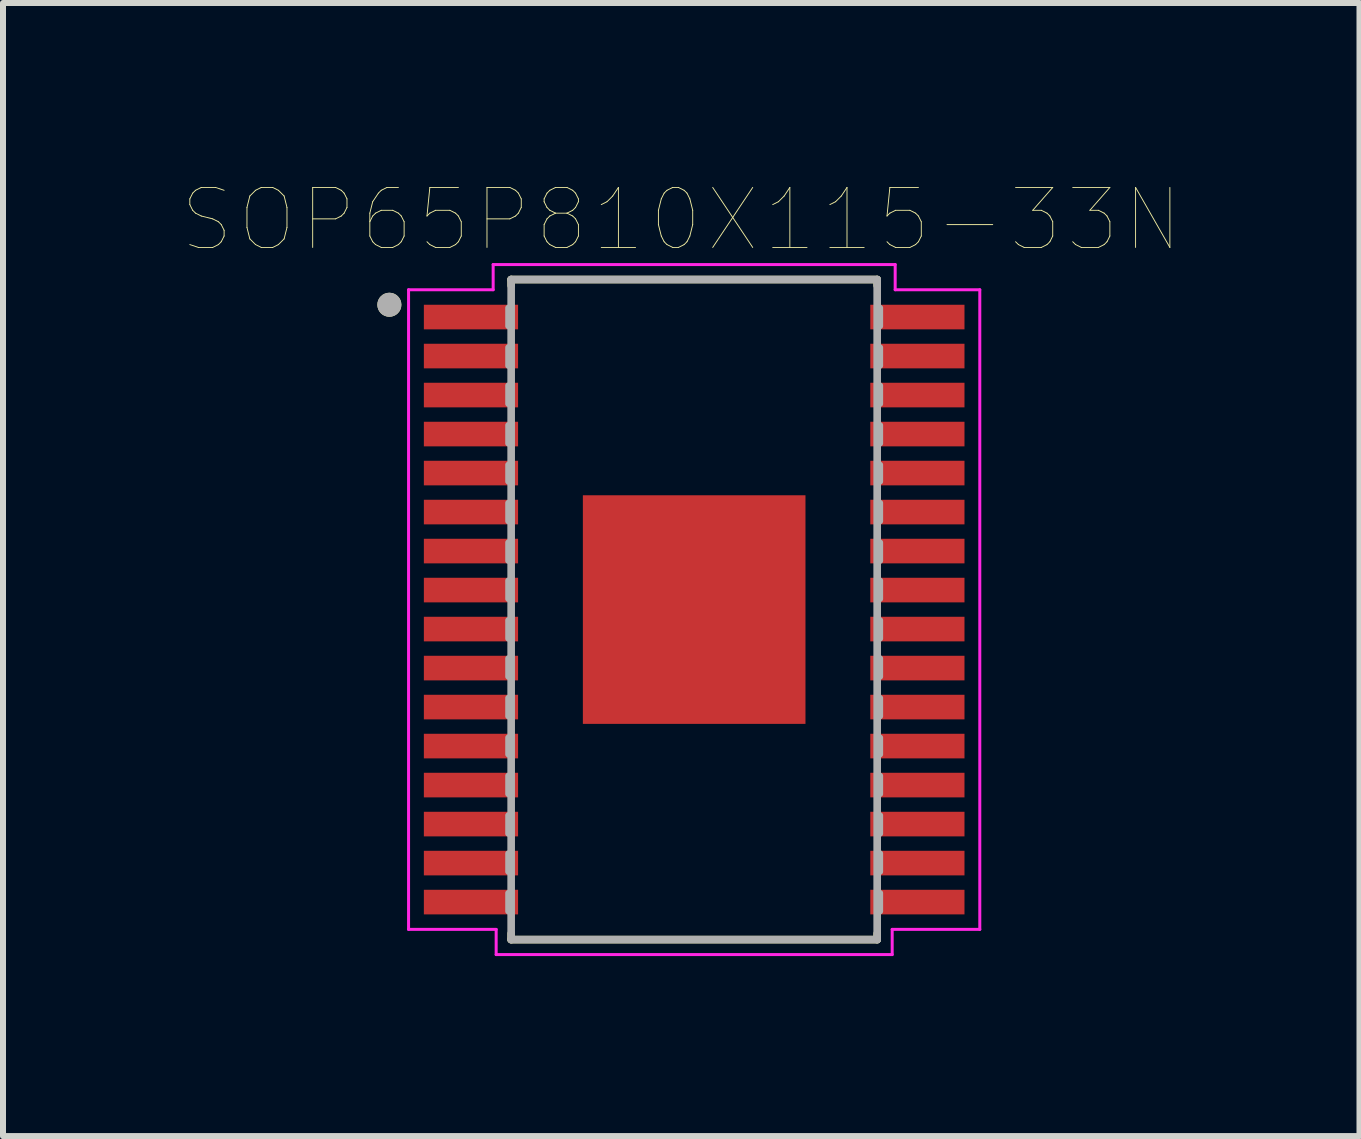
<source format=kicad_pcb>
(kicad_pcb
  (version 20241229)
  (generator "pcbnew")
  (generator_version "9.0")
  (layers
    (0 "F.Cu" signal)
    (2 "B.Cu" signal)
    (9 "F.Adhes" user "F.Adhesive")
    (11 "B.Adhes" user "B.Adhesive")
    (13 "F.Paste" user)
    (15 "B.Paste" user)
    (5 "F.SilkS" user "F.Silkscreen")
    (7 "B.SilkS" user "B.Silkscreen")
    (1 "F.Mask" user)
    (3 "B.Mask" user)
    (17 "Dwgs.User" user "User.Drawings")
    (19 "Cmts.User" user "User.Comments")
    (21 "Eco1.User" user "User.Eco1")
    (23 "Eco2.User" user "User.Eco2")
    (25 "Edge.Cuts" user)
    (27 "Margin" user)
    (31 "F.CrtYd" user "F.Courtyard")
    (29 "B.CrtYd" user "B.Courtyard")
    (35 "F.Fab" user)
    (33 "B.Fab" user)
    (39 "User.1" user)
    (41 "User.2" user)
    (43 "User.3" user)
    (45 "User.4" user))
  (footprint "SOP65P810X115-33N"
    (layer "F.Cu")
    (at 8.519 7.109)
    (property "Reference" "SOP65P810X115-33N" (at -0.215 -6.497 0) (layer "F.SilkS") (effects (font (size 1 1) (thickness 0.015))))
    (attr through_hole)
    (fp_line (start -3.05 -5.5) (end -3.05 -5.4) (stroke (width 0.127) (type solid)) (layer "F.SilkS"))
    (fp_line (start -3.05 5.4) (end -3.05 5.5) (stroke (width 0.127) (type solid)) (layer "F.SilkS"))
    (fp_line (start -3.05 5.5) (end 3.05 5.5) (stroke (width 0.127) (type solid)) (layer "F.SilkS"))
    (fp_line (start 3.05 -5.5) (end -3.05 -5.5) (stroke (width 0.127) (type solid)) (layer "F.SilkS"))
    (fp_line (start 3.05 -5.4) (end 3.05 -5.5) (stroke (width 0.127) (type solid)) (layer "F.SilkS"))
    (fp_line (start 3.05 5.5) (end 3.05 5.4) (stroke (width 0.127) (type solid)) (layer "F.SilkS"))
    (fp_circle (center -5.08 -5.08) (end -4.98 -5.08) (stroke (width 0.2) (type solid)) (fill no) (layer "F.SilkS"))
    (fp_poly (pts (xy -1.485 -1.535) (xy -0.185 -1.535) (xy -0.185 -0.185) (xy -1.485 -0.185)) (stroke (width 0.01) (type solid)) (fill yes) (layer "F.Paste"))
    (fp_poly (pts (xy -1.485 0.185) (xy -0.185 0.185) (xy -0.185 1.535) (xy -1.485 1.535)) (stroke (width 0.01) (type solid)) (fill yes) (layer "F.Paste"))
    (fp_poly (pts (xy 0.185 -1.535) (xy 1.485 -1.535) (xy 1.485 -0.185) (xy 0.185 -0.185)) (stroke (width 0.01) (type solid)) (fill yes) (layer "F.Paste"))
    (fp_poly (pts (xy 0.185 0.185) (xy 1.485 0.185) (xy 1.485 1.535) (xy 0.185 1.535)) (stroke (width 0.01) (type solid)) (fill yes) (layer "F.Paste"))
    (fp_line (start -4.76 -5.33) (end -3.35 -5.33) (stroke (width 0.05) (type solid)) (layer "F.CrtYd"))
    (fp_line (start -4.76 5.33) (end -4.76 -5.33) (stroke (width 0.05) (type solid)) (layer "F.CrtYd"))
    (fp_line (start -3.35 -5.75) (end 3.35 -5.75) (stroke (width 0.05) (type solid)) (layer "F.CrtYd"))
    (fp_line (start -3.35 -5.33) (end -3.35 -5.75) (stroke (width 0.05) (type solid)) (layer "F.CrtYd"))
    (fp_line (start -3.3 5.33) (end -4.76 5.33) (stroke (width 0.05) (type solid)) (layer "F.CrtYd"))
    (fp_line (start -3.3 5.75) (end -3.3 5.33) (stroke (width 0.05) (type solid)) (layer "F.CrtYd"))
    (fp_line (start 3.3 5.33) (end 3.3 5.75) (stroke (width 0.05) (type solid)) (layer "F.CrtYd"))
    (fp_line (start 3.3 5.75) (end -3.3 5.75) (stroke (width 0.05) (type solid)) (layer "F.CrtYd"))
    (fp_line (start 3.35 -5.75) (end 3.35 -5.33) (stroke (width 0.05) (type solid)) (layer "F.CrtYd"))
    (fp_line (start 3.35 -5.33) (end 4.76 -5.33) (stroke (width 0.05) (type solid)) (layer "F.CrtYd"))
    (fp_line (start 4.76 -5.33) (end 4.76 5.33) (stroke (width 0.05) (type solid)) (layer "F.CrtYd"))
    (fp_line (start 4.76 5.33) (end 3.3 5.33) (stroke (width 0.05) (type solid)) (layer "F.CrtYd"))
    (fp_line (start -3.099 -4.724) (end -3.099 -5.029) (stroke (width 0.1) (type solid)) (layer "F.Fab"))
    (fp_line (start -3.099 -4.064) (end -3.099 -4.369) (stroke (width 0.1) (type solid)) (layer "F.Fab"))
    (fp_line (start -3.099 -3.429) (end -3.099 -3.734) (stroke (width 0.1) (type solid)) (layer "F.Fab"))
    (fp_line (start -3.099 -2.769) (end -3.099 -3.073) (stroke (width 0.1) (type solid)) (layer "F.Fab"))
    (fp_line (start -3.099 -2.134) (end -3.099 -2.413) (stroke (width 0.1) (type solid)) (layer "F.Fab"))
    (fp_line (start -3.099 -1.473) (end -3.099 -1.778) (stroke (width 0.1) (type solid)) (layer "F.Fab"))
    (fp_line (start -3.099 -0.813) (end -3.099 -1.118) (stroke (width 0.1) (type solid)) (layer "F.Fab"))
    (fp_line (start -3.099 -0.178) (end -3.099 -0.483) (stroke (width 0.1) (type solid)) (layer "F.Fab"))
    (fp_line (start -3.099 0.483) (end -3.099 0.178) (stroke (width 0.1) (type solid)) (layer "F.Fab"))
    (fp_line (start -3.099 1.118) (end -3.099 0.813) (stroke (width 0.1) (type solid)) (layer "F.Fab"))
    (fp_line (start -3.099 1.778) (end -3.099 1.473) (stroke (width 0.1) (type solid)) (layer "F.Fab"))
    (fp_line (start -3.099 2.413) (end -3.099 2.134) (stroke (width 0.1) (type solid)) (layer "F.Fab"))
    (fp_line (start -3.099 3.073) (end -3.099 2.769) (stroke (width 0.1) (type solid)) (layer "F.Fab"))
    (fp_line (start -3.099 3.734) (end -3.099 3.429) (stroke (width 0.1) (type solid)) (layer "F.Fab"))
    (fp_line (start -3.099 4.369) (end -3.099 4.064) (stroke (width 0.1) (type solid)) (layer "F.Fab"))
    (fp_line (start -3.099 5.029) (end -3.099 4.724) (stroke (width 0.1) (type solid)) (layer "F.Fab"))
    (fp_line (start -3.05 -5.5) (end -3.05 5.5) (stroke (width 0.127) (type solid)) (layer "F.Fab"))
    (fp_line (start -3.05 5.5) (end 3.05 5.5) (stroke (width 0.127) (type solid)) (layer "F.Fab"))
    (fp_line (start 3.05 -5.5) (end -3.05 -5.5) (stroke (width 0.127) (type solid)) (layer "F.Fab"))
    (fp_line (start 3.05 5.5) (end 3.05 -5.5) (stroke (width 0.127) (type solid)) (layer "F.Fab"))
    (fp_line (start 3.099 -5.029) (end 3.099 -4.724) (stroke (width 0.1) (type solid)) (layer "F.Fab"))
    (fp_line (start 3.099 -4.369) (end 3.099 -4.064) (stroke (width 0.1) (type solid)) (layer "F.Fab"))
    (fp_line (start 3.099 -3.734) (end 3.099 -3.429) (stroke (width 0.1) (type solid)) (layer "F.Fab"))
    (fp_line (start 3.099 -3.073) (end 3.099 -2.769) (stroke (width 0.1) (type solid)) (layer "F.Fab"))
    (fp_line (start 3.099 -2.413) (end 3.099 -2.134) (stroke (width 0.1) (type solid)) (layer "F.Fab"))
    (fp_line (start 3.099 -1.778) (end 3.099 -1.473) (stroke (width 0.1) (type solid)) (layer "F.Fab"))
    (fp_line (start 3.099 -1.118) (end 3.099 -0.813) (stroke (width 0.1) (type solid)) (layer "F.Fab"))
    (fp_line (start 3.099 -0.483) (end 3.099 -0.178) (stroke (width 0.1) (type solid)) (layer "F.Fab"))
    (fp_line (start 3.099 0.178) (end 3.099 0.483) (stroke (width 0.1) (type solid)) (layer "F.Fab"))
    (fp_line (start 3.099 0.813) (end 3.099 1.118) (stroke (width 0.1) (type solid)) (layer "F.Fab"))
    (fp_line (start 3.099 1.473) (end 3.099 1.778) (stroke (width 0.1) (type solid)) (layer "F.Fab"))
    (fp_line (start 3.099 2.134) (end 3.099 2.413) (stroke (width 0.1) (type solid)) (layer "F.Fab"))
    (fp_line (start 3.099 2.769) (end 3.099 3.073) (stroke (width 0.1) (type solid)) (layer "F.Fab"))
    (fp_line (start 3.099 3.429) (end 3.099 3.734) (stroke (width 0.1) (type solid)) (layer "F.Fab"))
    (fp_line (start 3.099 4.064) (end 3.099 4.369) (stroke (width 0.1) (type solid)) (layer "F.Fab"))
    (fp_line (start 3.099 4.724) (end 3.099 5.029) (stroke (width 0.1) (type solid)) (layer "F.Fab"))
    (fp_circle (center -5.08 -5.08) (end -4.98 -5.08) (stroke (width 0.2) (type solid)) (fill no) (layer "F.Fab"))
    (pad "1" smd rect (at -3.72 -4.875) (size 1.57 0.41) (layers "F.Cu" "F.Mask" "F.Paste"))
    (pad "2" smd rect (at -3.72 -4.225) (size 1.57 0.41) (layers "F.Cu" "F.Mask" "F.Paste"))
    (pad "3" smd rect (at -3.72 -3.575) (size 1.57 0.41) (layers "F.Cu" "F.Mask" "F.Paste"))
    (pad "4" smd rect (at -3.72 -2.925) (size 1.57 0.41) (layers "F.Cu" "F.Mask" "F.Paste"))
    (pad "5" smd rect (at -3.72 -2.275) (size 1.57 0.41) (layers "F.Cu" "F.Mask" "F.Paste"))
    (pad "6" smd rect (at -3.72 -1.625) (size 1.57 0.41) (layers "F.Cu" "F.Mask" "F.Paste"))
    (pad "7" smd rect (at -3.72 -0.975) (size 1.57 0.41) (layers "F.Cu" "F.Mask" "F.Paste"))
    (pad "8" smd rect (at -3.72 -0.325) (size 1.57 0.41) (layers "F.Cu" "F.Mask" "F.Paste"))
    (pad "9" smd rect (at -3.72 0.325) (size 1.57 0.41) (layers "F.Cu" "F.Mask" "F.Paste"))
    (pad "10" smd rect (at -3.72 0.975) (size 1.57 0.41) (layers "F.Cu" "F.Mask" "F.Paste"))
    (pad "11" smd rect (at -3.72 1.625) (size 1.57 0.41) (layers "F.Cu" "F.Mask" "F.Paste"))
    (pad "12" smd rect (at -3.72 2.275) (size 1.57 0.41) (layers "F.Cu" "F.Mask" "F.Paste"))
    (pad "13" smd rect (at -3.72 2.925) (size 1.57 0.41) (layers "F.Cu" "F.Mask" "F.Paste"))
    (pad "14" smd rect (at -3.72 3.575) (size 1.57 0.41) (layers "F.Cu" "F.Mask" "F.Paste"))
    (pad "15" smd rect (at -3.72 4.225) (size 1.57 0.41) (layers "F.Cu" "F.Mask" "F.Paste"))
    (pad "16" smd rect (at -3.72 4.875) (size 1.57 0.41) (layers "F.Cu" "F.Mask" "F.Paste"))
    (pad "17" smd rect (at 3.72 4.875) (size 1.57 0.41) (layers "F.Cu" "F.Mask" "F.Paste"))
    (pad "18" smd rect (at 3.72 4.225) (size 1.57 0.41) (layers "F.Cu" "F.Mask" "F.Paste"))
    (pad "19" smd rect (at 3.72 3.575) (size 1.57 0.41) (layers "F.Cu" "F.Mask" "F.Paste"))
    (pad "20" smd rect (at 3.72 2.925) (size 1.57 0.41) (layers "F.Cu" "F.Mask" "F.Paste"))
    (pad "21" smd rect (at 3.72 2.275) (size 1.57 0.41) (layers "F.Cu" "F.Mask" "F.Paste"))
    (pad "22" smd rect (at 3.72 1.625) (size 1.57 0.41) (layers "F.Cu" "F.Mask" "F.Paste"))
    (pad "23" smd rect (at 3.72 0.975) (size 1.57 0.41) (layers "F.Cu" "F.Mask" "F.Paste"))
    (pad "24" smd rect (at 3.72 0.325) (size 1.57 0.41) (layers "F.Cu" "F.Mask" "F.Paste"))
    (pad "25" smd rect (at 3.72 -0.325) (size 1.57 0.41) (layers "F.Cu" "F.Mask" "F.Paste"))
    (pad "26" smd rect (at 3.72 -0.975) (size 1.57 0.41) (layers "F.Cu" "F.Mask" "F.Paste"))
    (pad "27" smd rect (at 3.72 -1.625) (size 1.57 0.41) (layers "F.Cu" "F.Mask" "F.Paste"))
    (pad "28" smd rect (at 3.72 -2.275) (size 1.57 0.41) (layers "F.Cu" "F.Mask" "F.Paste"))
    (pad "29" smd rect (at 3.72 -2.925) (size 1.57 0.41) (layers "F.Cu" "F.Mask" "F.Paste"))
    (pad "30" smd rect (at 3.72 -3.575) (size 1.57 0.41) (layers "F.Cu" "F.Mask" "F.Paste"))
    (pad "31" smd rect (at 3.72 -4.225) (size 1.57 0.41) (layers "F.Cu" "F.Mask" "F.Paste"))
    (pad "32" smd rect (at 3.72 -4.875) (size 1.57 0.41) (layers "F.Cu" "F.Mask" "F.Paste"))
    (pad "33" smd rect (at 0 0) (size 3.71 3.81) (layers "F.Cu" "F.Mask")))
  (gr_rect
    (start -3 -3)
    (end 19.607 15.884)
    (stroke (width 0.1) (type default))
    (fill no)
    (layer "Edge.Cuts")))
</source>
